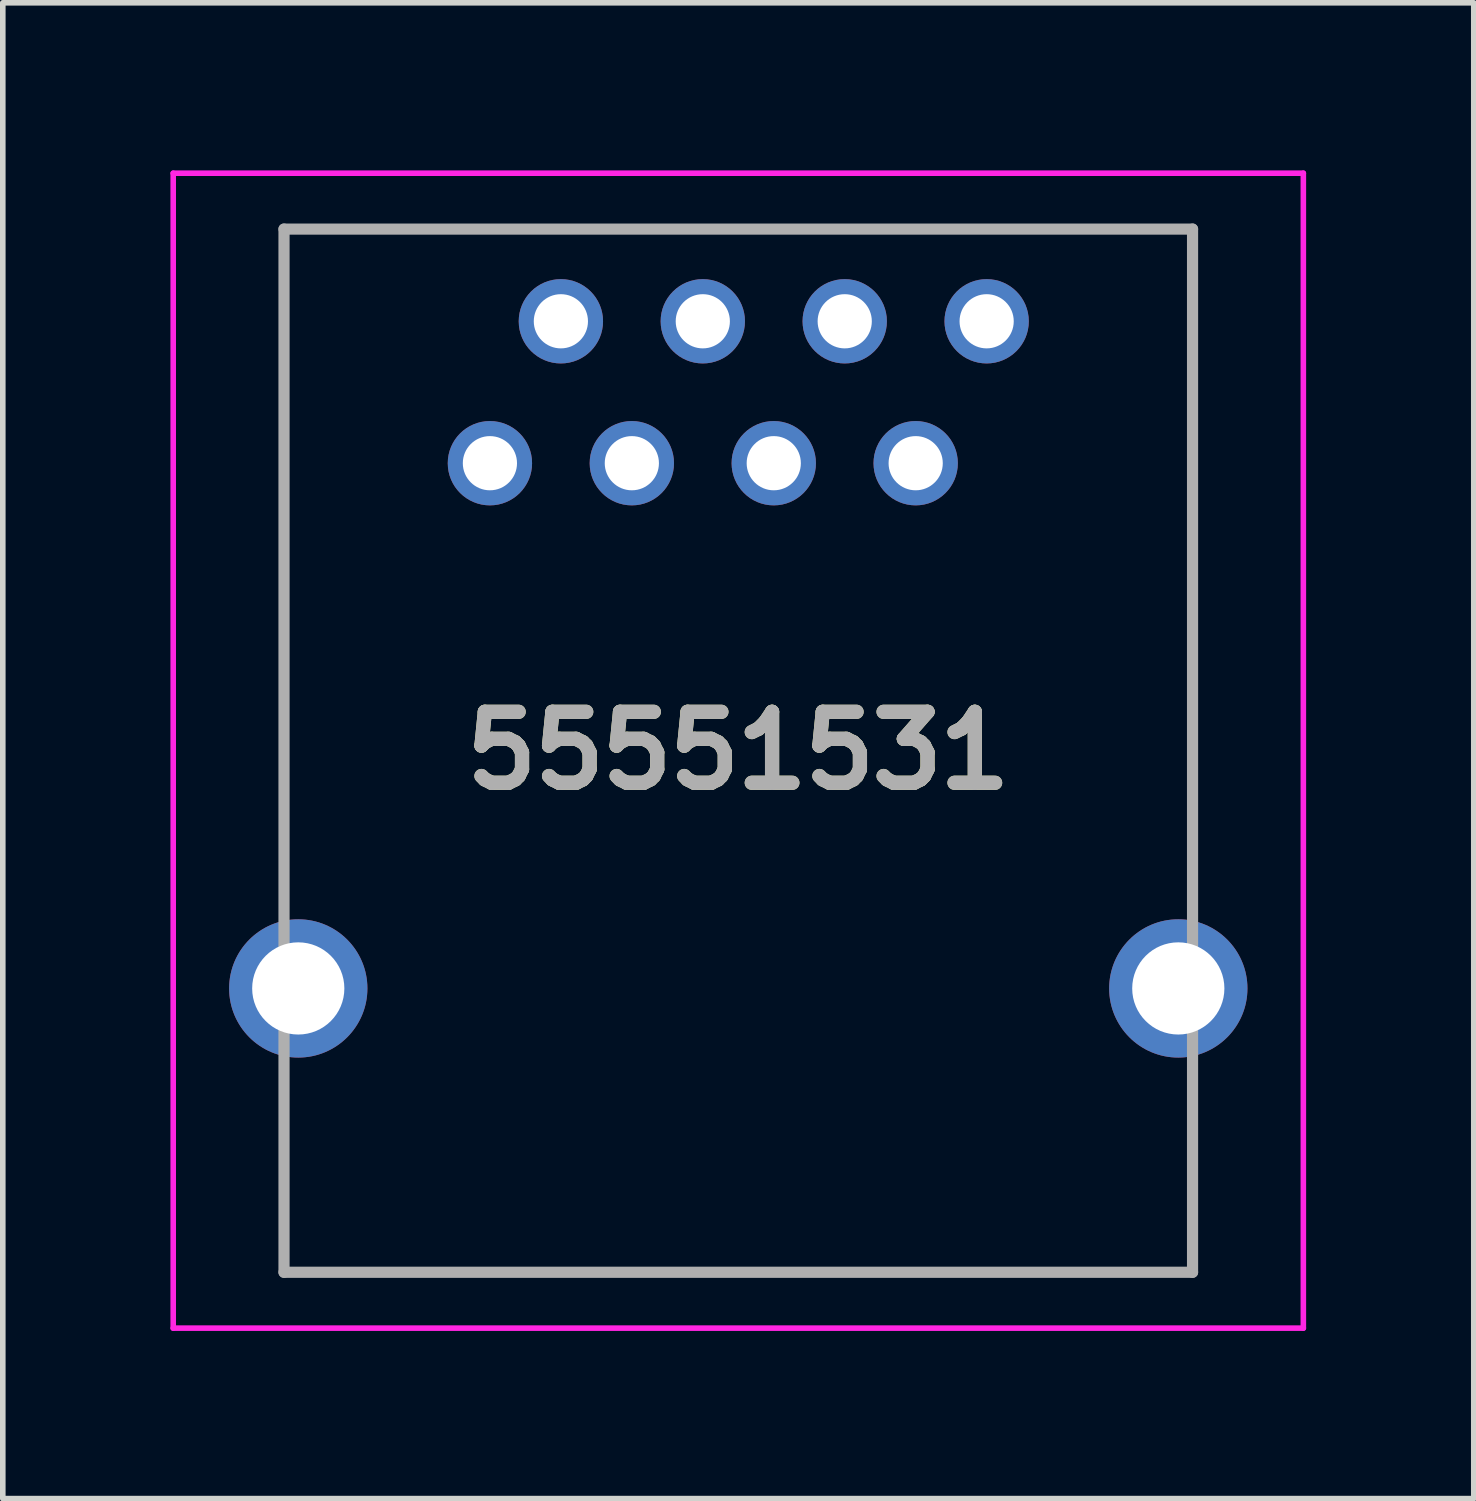
<source format=kicad_pcb>
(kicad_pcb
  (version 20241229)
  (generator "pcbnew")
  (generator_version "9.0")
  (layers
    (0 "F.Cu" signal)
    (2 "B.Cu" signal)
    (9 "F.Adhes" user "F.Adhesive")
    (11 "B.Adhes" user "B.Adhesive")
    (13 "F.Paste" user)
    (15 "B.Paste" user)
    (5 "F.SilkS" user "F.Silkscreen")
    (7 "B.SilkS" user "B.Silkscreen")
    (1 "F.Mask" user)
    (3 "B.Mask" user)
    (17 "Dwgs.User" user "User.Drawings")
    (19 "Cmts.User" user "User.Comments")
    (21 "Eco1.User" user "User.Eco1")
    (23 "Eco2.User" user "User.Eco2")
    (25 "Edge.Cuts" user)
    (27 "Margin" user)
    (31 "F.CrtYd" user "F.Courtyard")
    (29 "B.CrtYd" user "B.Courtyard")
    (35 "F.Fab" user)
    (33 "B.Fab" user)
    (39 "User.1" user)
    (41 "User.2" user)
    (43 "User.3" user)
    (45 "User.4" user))
  (footprint "55551531"
    (layer "F.Cu")
    (at 10.163 10.385)
    (property "Reference" "55551531" (at 0 0 0) (layer "F.SilkS") (effects (font (size 1.27 1.27) (thickness 0.254))))
    (attr through_hole)
    (fp_line (start -8.13 -9.335) (end 8.13 -9.335) (stroke (width 0.1) (type solid)) (layer "F.SilkS"))
    (fp_line (start -8.13 1.715) (end -8.13 -9.335) (stroke (width 0.1) (type solid)) (layer "F.SilkS"))
    (fp_line (start -8.13 6.795) (end -8.13 9.335) (stroke (width 0.1) (type solid)) (layer "F.SilkS"))
    (fp_line (start -8.13 9.335) (end 8.13 9.335) (stroke (width 0.1) (type solid)) (layer "F.SilkS"))
    (fp_line (start 8.13 -9.335) (end 8.13 1.715) (stroke (width 0.1) (type solid)) (layer "F.SilkS"))
    (fp_line (start 8.13 9.335) (end 8.13 6.795) (stroke (width 0.1) (type solid)) (layer "F.SilkS"))
    (fp_line (start -10.113 -10.335) (end 10.113 -10.335) (stroke (width 0.1) (type solid)) (layer "F.CrtYd"))
    (fp_line (start -10.113 10.335) (end -10.113 -10.335) (stroke (width 0.1) (type solid)) (layer "F.CrtYd"))
    (fp_line (start 10.113 -10.335) (end 10.113 10.335) (stroke (width 0.1) (type solid)) (layer "F.CrtYd"))
    (fp_line (start 10.113 10.335) (end -10.113 10.335) (stroke (width 0.1) (type solid)) (layer "F.CrtYd"))
    (fp_line (start -8.13 -9.335) (end 8.13 -9.335) (stroke (width 0.2) (type solid)) (layer "F.Fab"))
    (fp_line (start -8.13 9.335) (end -8.13 -9.335) (stroke (width 0.2) (type solid)) (layer "F.Fab"))
    (fp_line (start 8.13 -9.335) (end 8.13 9.335) (stroke (width 0.2) (type solid)) (layer "F.Fab"))
    (fp_line (start 8.13 9.335) (end -8.13 9.335) (stroke (width 0.2) (type solid)) (layer "F.Fab"))
    (fp_text user "${REFERENCE}" (at 0 0 0) (layer "F.Fab") (effects (font (size 1.27 1.27) (thickness 0.254))))
    (pad "" np_thru_hole circle (at -5.715 1.205) (size 0.001 0.001) (drill 3.33) (layers "*.Cu" "*.Mask"))
    (pad "" np_thru_hole circle (at 5.715 1.205) (size 0.001 0.001) (drill 3.33) (layers "*.Cu" "*.Mask"))
    (pad "1" thru_hole circle (at 4.445 -7.685) (size 1.509 1.509) (drill 0.97) (layers "*.Cu" "*.Mask"))
    (pad "2" thru_hole circle (at 3.175 -5.145) (size 1.509 1.509) (drill 0.97) (layers "*.Cu" "*.Mask"))
    (pad "3" thru_hole circle (at 1.905 -7.685) (size 1.509 1.509) (drill 0.97) (layers "*.Cu" "*.Mask"))
    (pad "4" thru_hole circle (at 0.635 -5.145) (size 1.509 1.509) (drill 0.97) (layers "*.Cu" "*.Mask"))
    (pad "5" thru_hole circle (at -0.635 -7.685) (size 1.509 1.509) (drill 0.97) (layers "*.Cu" "*.Mask"))
    (pad "6" thru_hole circle (at -1.905 -5.145) (size 1.509 1.509) (drill 0.97) (layers "*.Cu" "*.Mask"))
    (pad "7" thru_hole circle (at -3.175 -7.685) (size 1.509 1.509) (drill 0.97) (layers "*.Cu" "*.Mask"))
    (pad "8" thru_hole circle (at -4.445 -5.145) (size 1.509 1.509) (drill 0.97) (layers "*.Cu" "*.Mask"))
    (pad "9" thru_hole circle (at -7.875 4.255) (size 2.475 2.475) (drill 1.65) (layers "*.Cu" "*.Mask"))
    (pad "10" thru_hole circle (at 7.875 4.255) (size 2.475 2.475) (drill 1.65) (layers "*.Cu" "*.Mask")))
  (gr_rect
    (start -3 -3)
    (end 23.326 23.77)
    (stroke (width 0.1) (type default))
    (fill no)
    (layer "Edge.Cuts")))
</source>
